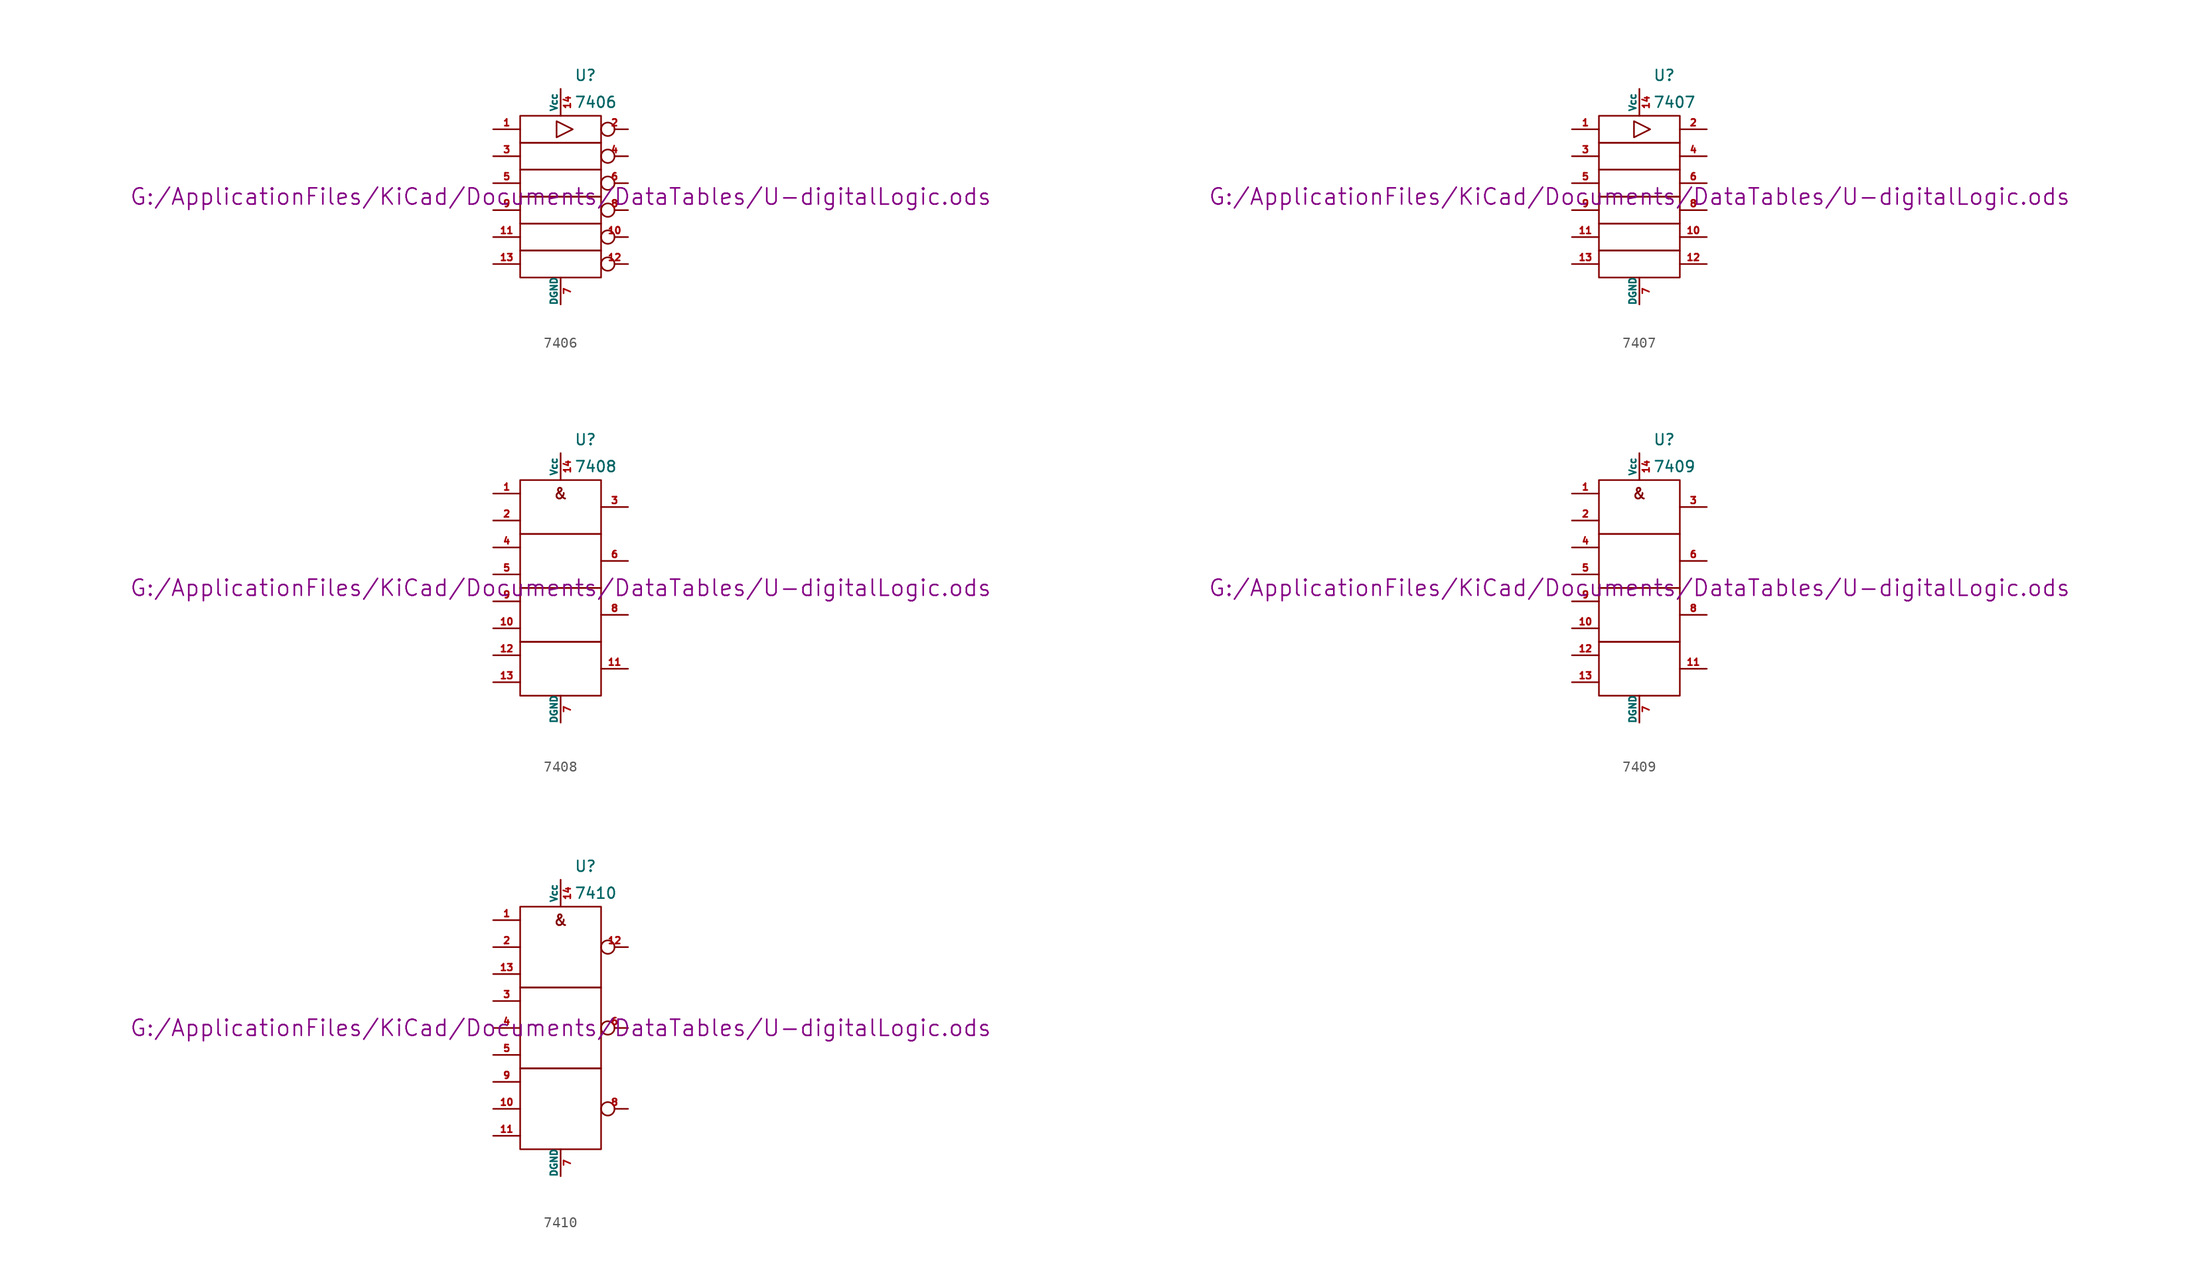
<source format=kicad_sym>
(kicad_symbol_lib
  (version 20211014)
  (generator kicad_symbol_editor)
  (symbol "7406"
    (pin_names
      (offset 0))
    (property "Reference" "U"
      (at 1.27 11.43 0)
      (effects (font (size 1.016 1.016)) (justify left)))
    (property "Value" "7406"
      (at 1.27 8.89 0)
      (effects (font (size 1.016 1.016)) (justify left)))
    (property "Footprint" ""
      (at 0 0 0)
      (effects (font (size 1.524 1.524))))
    (property "Datasheet" "G:/ApplicationFiles/KiCad/Documents/DataTables/U-digitalLogic.ods"
      (at 0 0 0)
      (effects (font (size 1.524 1.524))))
    (symbol "7406_0_1"
      (rectangle (start -3.81 -5.08) (end 3.81 -7.62) (stroke (width 0) (type default) (color 0 0 0 0)) (fill (type none)))
      (rectangle (start -3.81 -2.54) (end 3.81 -5.08) (stroke (width 0) (type default) (color 0 0 0 0)) (fill (type none)))
      (rectangle (start -3.81 0) (end 3.81 -2.54) (stroke (width 0) (type default) (color 0 0 0 0)) (fill (type none)))
      (rectangle (start -3.81 2.54) (end 3.81 0) (stroke (width 0) (type default) (color 0 0 0 0)) (fill (type none)))
      (rectangle (start -3.81 5.08) (end 3.81 2.54) (stroke (width 0) (type default) (color 0 0 0 0)) (fill (type none)))
      (rectangle (start -3.81 7.62) (end 3.81 5.08) (stroke (width 0) (type default) (color 0 0 0 0)) (fill (type none)))
      (polyline (pts (xy -0.381 7.112) (xy -0.381 5.588) (xy 1.143 6.35) (xy -0.381 7.112)) (stroke (width 0) (type default) (color 0 0 0 0)) (fill (type none))))
    (symbol "7406_1_1"
      (pin input line (at -6.35 6.35 0) (length 2.54) (name "~" (effects (font (size 0.635 0.635)))) (number "1" (effects (font (size 0.635 0.635)))))
      (pin open_collector inverted (at 6.35 -3.81 180) (length 2.54) (name "~" (effects (font (size 0.635 0.635)))) (number "10" (effects (font (size 0.635 0.635)))))
      (pin input line (at -6.35 -3.81 0) (length 2.54) (name "~" (effects (font (size 0.635 0.635)))) (number "11" (effects (font (size 0.635 0.635)))))
      (pin open_collector inverted (at 6.35 -6.35 180) (length 2.54) (name "~" (effects (font (size 0.635 0.635)))) (number "12" (effects (font (size 0.635 0.635)))))
      (pin input line (at -6.35 -6.35 0) (length 2.54) (name "~" (effects (font (size 0.635 0.635)))) (number "13" (effects (font (size 0.635 0.635)))))
      (pin power_in line (at 0 10.16 270) (length 2.54) (name "Vcc" (effects (font (size 0.635 0.635)))) (number "14" (effects (font (size 0.635 0.635)))))
      (pin open_collector inverted (at 6.35 6.35 180) (length 2.54) (name "~" (effects (font (size 0.635 0.635)))) (number "2" (effects (font (size 0.635 0.635)))))
      (pin input line (at -6.35 3.81 0) (length 2.54) (name "~" (effects (font (size 0.635 0.635)))) (number "3" (effects (font (size 0.635 0.635)))))
      (pin open_collector inverted (at 6.35 3.81 180) (length 2.54) (name "~" (effects (font (size 0.635 0.635)))) (number "4" (effects (font (size 0.635 0.635)))))
      (pin input line (at -6.35 1.27 0) (length 2.54) (name "~" (effects (font (size 0.635 0.635)))) (number "5" (effects (font (size 0.635 0.635)))))
      (pin open_collector inverted (at 6.35 1.27 180) (length 2.54) (name "~" (effects (font (size 0.635 0.635)))) (number "6" (effects (font (size 0.635 0.635)))))
      (pin power_in line (at 0 -10.16 90) (length 2.54) (name "DGND" (effects (font (size 0.635 0.635)))) (number "7" (effects (font (size 0.635 0.635)))))
      (pin open_collector inverted (at 6.35 -1.27 180) (length 2.54) (name "~" (effects (font (size 0.635 0.635)))) (number "8" (effects (font (size 0.635 0.635)))))
      (pin input line (at -6.35 -1.27 0) (length 2.54) (name "~" (effects (font (size 0.635 0.635)))) (number "9" (effects (font (size 0.635 0.635)))))))
  (symbol "7407"
    (pin_names
      (offset 0))
    (property "Reference" "U"
      (at 1.27 11.43 0)
      (effects (font (size 1.016 1.016)) (justify left)))
    (property "Value" "7407"
      (at 1.27 8.89 0)
      (effects (font (size 1.016 1.016)) (justify left)))
    (property "Footprint" ""
      (at 0 0 0)
      (effects (font (size 1.524 1.524))))
    (property "Datasheet" "G:/ApplicationFiles/KiCad/Documents/DataTables/U-digitalLogic.ods"
      (at 0 0 0)
      (effects (font (size 1.524 1.524))))
    (symbol "7407_0_1"
      (rectangle (start -3.81 -5.08) (end 3.81 -7.62) (stroke (width 0) (type default) (color 0 0 0 0)) (fill (type none)))
      (rectangle (start -3.81 -2.54) (end 3.81 -5.08) (stroke (width 0) (type default) (color 0 0 0 0)) (fill (type none)))
      (rectangle (start -3.81 0) (end 3.81 -2.54) (stroke (width 0) (type default) (color 0 0 0 0)) (fill (type none)))
      (rectangle (start -3.81 2.54) (end 3.81 0) (stroke (width 0) (type default) (color 0 0 0 0)) (fill (type none)))
      (rectangle (start -3.81 5.08) (end 3.81 2.54) (stroke (width 0) (type default) (color 0 0 0 0)) (fill (type none)))
      (rectangle (start -3.81 7.62) (end 3.81 5.08) (stroke (width 0) (type default) (color 0 0 0 0)) (fill (type none)))
      (polyline (pts (xy -0.508 7.112) (xy -0.508 5.588) (xy 1.016 6.35) (xy -0.508 7.112)) (stroke (width 0) (type default) (color 0 0 0 0)) (fill (type none))))
    (symbol "7407_1_1"
      (pin input line (at -6.35 6.35 0) (length 2.54) (name "~" (effects (font (size 0.635 0.635)))) (number "1" (effects (font (size 0.635 0.635)))))
      (pin open_collector line (at 6.35 -3.81 180) (length 2.54) (name "~" (effects (font (size 0.635 0.635)))) (number "10" (effects (font (size 0.635 0.635)))))
      (pin input line (at -6.35 -3.81 0) (length 2.54) (name "~" (effects (font (size 0.635 0.635)))) (number "11" (effects (font (size 0.635 0.635)))))
      (pin open_collector line (at 6.35 -6.35 180) (length 2.54) (name "~" (effects (font (size 0.635 0.635)))) (number "12" (effects (font (size 0.635 0.635)))))
      (pin input line (at -6.35 -6.35 0) (length 2.54) (name "~" (effects (font (size 0.635 0.635)))) (number "13" (effects (font (size 0.635 0.635)))))
      (pin power_in line (at 0 10.16 270) (length 2.54) (name "Vcc" (effects (font (size 0.635 0.635)))) (number "14" (effects (font (size 0.635 0.635)))))
      (pin open_collector line (at 6.35 6.35 180) (length 2.54) (name "~" (effects (font (size 0.635 0.635)))) (number "2" (effects (font (size 0.635 0.635)))))
      (pin input line (at -6.35 3.81 0) (length 2.54) (name "~" (effects (font (size 0.635 0.635)))) (number "3" (effects (font (size 0.635 0.635)))))
      (pin open_collector line (at 6.35 3.81 180) (length 2.54) (name "~" (effects (font (size 0.635 0.635)))) (number "4" (effects (font (size 0.635 0.635)))))
      (pin input line (at -6.35 1.27 0) (length 2.54) (name "~" (effects (font (size 0.635 0.635)))) (number "5" (effects (font (size 0.635 0.635)))))
      (pin open_collector line (at 6.35 1.27 180) (length 2.54) (name "~" (effects (font (size 0.635 0.635)))) (number "6" (effects (font (size 0.635 0.635)))))
      (pin power_in line (at 0 -10.16 90) (length 2.54) (name "DGND" (effects (font (size 0.635 0.635)))) (number "7" (effects (font (size 0.635 0.635)))))
      (pin open_collector line (at 6.35 -1.27 180) (length 2.54) (name "~" (effects (font (size 0.635 0.635)))) (number "8" (effects (font (size 0.635 0.635)))))
      (pin input line (at -6.35 -1.27 0) (length 2.54) (name "~" (effects (font (size 0.635 0.635)))) (number "9" (effects (font (size 0.635 0.635)))))))
  (symbol "7408"
    (pin_names
      (offset 0))
    (property "Reference" "U"
      (at 1.27 13.97 0)
      (effects (font (size 1.016 1.016)) (justify left)))
    (property "Value" "7408"
      (at 1.27 11.43 0)
      (effects (font (size 1.016 1.016)) (justify left)))
    (property "Footprint" ""
      (at 0 0 0)
      (effects (font (size 1.524 1.524))))
    (property "Datasheet" "G:/ApplicationFiles/KiCad/Documents/DataTables/U-digitalLogic.ods"
      (at 0 0 0)
      (effects (font (size 1.524 1.524))))
    (symbol "7408_0_0"
      (text "&" (at 0 8.89 0) (effects (font (size 1.016 1.016)))))
    (symbol "7408_0_1"
      (rectangle (start -3.81 -5.08) (end 3.81 -10.16) (stroke (width 0) (type default) (color 0 0 0 0)) (fill (type none)))
      (rectangle (start -3.81 0) (end 3.81 -5.08) (stroke (width 0) (type default) (color 0 0 0 0)) (fill (type none)))
      (rectangle (start -3.81 5.08) (end 3.81 0) (stroke (width 0) (type default) (color 0 0 0 0)) (fill (type none)))
      (rectangle (start -3.81 10.16) (end 3.81 5.08) (stroke (width 0) (type default) (color 0 0 0 0)) (fill (type none))))
    (symbol "7408_1_1"
      (pin input line (at -6.35 8.89 0) (length 2.54) (name "~" (effects (font (size 0.635 0.635)))) (number "1" (effects (font (size 0.635 0.635)))))
      (pin input line (at -6.35 -3.81 0) (length 2.54) (name "~" (effects (font (size 0.635 0.635)))) (number "10" (effects (font (size 0.635 0.635)))))
      (pin output line (at 6.35 -7.62 180) (length 2.54) (name "~" (effects (font (size 0.635 0.635)))) (number "11" (effects (font (size 0.635 0.635)))))
      (pin input line (at -6.35 -6.35 0) (length 2.54) (name "~" (effects (font (size 0.635 0.635)))) (number "12" (effects (font (size 0.635 0.635)))))
      (pin input line (at -6.35 -8.89 0) (length 2.54) (name "~" (effects (font (size 0.635 0.635)))) (number "13" (effects (font (size 0.635 0.635)))))
      (pin power_in line (at 0 12.7 270) (length 2.54) (name "Vcc" (effects (font (size 0.635 0.635)))) (number "14" (effects (font (size 0.635 0.635)))))
      (pin input line (at -6.35 6.35 0) (length 2.54) (name "~" (effects (font (size 0.635 0.635)))) (number "2" (effects (font (size 0.635 0.635)))))
      (pin output line (at 6.35 7.62 180) (length 2.54) (name "~" (effects (font (size 0.635 0.635)))) (number "3" (effects (font (size 0.635 0.635)))))
      (pin input line (at -6.35 3.81 0) (length 2.54) (name "~" (effects (font (size 0.635 0.635)))) (number "4" (effects (font (size 0.635 0.635)))))
      (pin input line (at -6.35 1.27 0) (length 2.54) (name "~" (effects (font (size 0.635 0.635)))) (number "5" (effects (font (size 0.635 0.635)))))
      (pin output line (at 6.35 2.54 180) (length 2.54) (name "~" (effects (font (size 0.635 0.635)))) (number "6" (effects (font (size 0.635 0.635)))))
      (pin power_in line (at 0 -12.7 90) (length 2.54) (name "DGND" (effects (font (size 0.635 0.635)))) (number "7" (effects (font (size 0.635 0.635)))))
      (pin output line (at 6.35 -2.54 180) (length 2.54) (name "~" (effects (font (size 0.635 0.635)))) (number "8" (effects (font (size 0.635 0.635)))))
      (pin input line (at -6.35 -1.27 0) (length 2.54) (name "~" (effects (font (size 0.635 0.635)))) (number "9" (effects (font (size 0.635 0.635)))))))
  (symbol "7409"
    (pin_names
      (offset 0))
    (property "Reference" "U"
      (at 1.27 13.97 0)
      (effects (font (size 1.016 1.016)) (justify left)))
    (property "Value" "7409"
      (at 1.27 11.43 0)
      (effects (font (size 1.016 1.016)) (justify left)))
    (property "Footprint" ""
      (at 0 0 0)
      (effects (font (size 1.524 1.524))))
    (property "Datasheet" "G:/ApplicationFiles/KiCad/Documents/DataTables/U-digitalLogic.ods"
      (at 0 0 0)
      (effects (font (size 1.524 1.524))))
    (symbol "7409_0_0"
      (text "&" (at 0 8.89 0) (effects (font (size 1.016 1.016)))))
    (symbol "7409_0_1"
      (rectangle (start -3.81 -5.08) (end 3.81 -10.16) (stroke (width 0) (type default) (color 0 0 0 0)) (fill (type none)))
      (rectangle (start -3.81 0) (end 3.81 -5.08) (stroke (width 0) (type default) (color 0 0 0 0)) (fill (type none)))
      (rectangle (start -3.81 5.08) (end 3.81 0) (stroke (width 0) (type default) (color 0 0 0 0)) (fill (type none)))
      (rectangle (start -3.81 10.16) (end 3.81 5.08) (stroke (width 0) (type default) (color 0 0 0 0)) (fill (type none))))
    (symbol "7409_1_1"
      (pin input line (at -6.35 8.89 0) (length 2.54) (name "~" (effects (font (size 0.635 0.635)))) (number "1" (effects (font (size 0.635 0.635)))))
      (pin input line (at -6.35 -3.81 0) (length 2.54) (name "~" (effects (font (size 0.635 0.635)))) (number "10" (effects (font (size 0.635 0.635)))))
      (pin open_collector line (at 6.35 -7.62 180) (length 2.54) (name "~" (effects (font (size 0.635 0.635)))) (number "11" (effects (font (size 0.635 0.635)))))
      (pin input line (at -6.35 -6.35 0) (length 2.54) (name "~" (effects (font (size 0.635 0.635)))) (number "12" (effects (font (size 0.635 0.635)))))
      (pin input line (at -6.35 -8.89 0) (length 2.54) (name "~" (effects (font (size 0.635 0.635)))) (number "13" (effects (font (size 0.635 0.635)))))
      (pin power_in line (at 0 12.7 270) (length 2.54) (name "Vcc" (effects (font (size 0.635 0.635)))) (number "14" (effects (font (size 0.635 0.635)))))
      (pin input line (at -6.35 6.35 0) (length 2.54) (name "~" (effects (font (size 0.635 0.635)))) (number "2" (effects (font (size 0.635 0.635)))))
      (pin open_collector line (at 6.35 7.62 180) (length 2.54) (name "~" (effects (font (size 0.635 0.635)))) (number "3" (effects (font (size 0.635 0.635)))))
      (pin input line (at -6.35 3.81 0) (length 2.54) (name "~" (effects (font (size 0.635 0.635)))) (number "4" (effects (font (size 0.635 0.635)))))
      (pin input line (at -6.35 1.27 0) (length 2.54) (name "~" (effects (font (size 0.635 0.635)))) (number "5" (effects (font (size 0.635 0.635)))))
      (pin open_collector line (at 6.35 2.54 180) (length 2.54) (name "~" (effects (font (size 0.635 0.635)))) (number "6" (effects (font (size 0.635 0.635)))))
      (pin power_in line (at 0 -12.7 90) (length 2.54) (name "DGND" (effects (font (size 0.635 0.635)))) (number "7" (effects (font (size 0.635 0.635)))))
      (pin open_collector line (at 6.35 -2.54 180) (length 2.54) (name "~" (effects (font (size 0.635 0.635)))) (number "8" (effects (font (size 0.635 0.635)))))
      (pin input line (at -6.35 -1.27 0) (length 2.54) (name "~" (effects (font (size 0.635 0.635)))) (number "9" (effects (font (size 0.635 0.635)))))))
  (symbol "7410"
    (pin_names
      (offset 0))
    (property "Reference" "U"
      (at 1.27 15.24 0)
      (effects (font (size 1.016 1.016)) (justify left)))
    (property "Value" "7410"
      (at 1.27 12.7 0)
      (effects (font (size 1.016 1.016)) (justify left)))
    (property "Footprint" ""
      (at 0 0 0)
      (effects (font (size 1.524 1.524))))
    (property "Datasheet" "G:/ApplicationFiles/KiCad/Documents/DataTables/U-digitalLogic.ods"
      (at 0 0 0)
      (effects (font (size 1.524 1.524))))
    (symbol "7410_0_0"
      (text "&" (at 0 10.16 0) (effects (font (size 1.016 1.016)))))
    (symbol "7410_0_1"
      (rectangle (start -3.81 -3.81) (end 3.81 -11.43) (stroke (width 0) (type default) (color 0 0 0 0)) (fill (type none)))
      (rectangle (start -3.81 3.81) (end 3.81 -3.81) (stroke (width 0) (type default) (color 0 0 0 0)) (fill (type none)))
      (rectangle (start -3.81 11.43) (end 3.81 3.81) (stroke (width 0) (type default) (color 0 0 0 0)) (fill (type none))))
    (symbol "7410_1_1"
      (pin input line (at -6.35 10.16 0) (length 2.54) (name "~" (effects (font (size 0.635 0.635)))) (number "1" (effects (font (size 0.635 0.635)))))
      (pin input line (at -6.35 -7.62 0) (length 2.54) (name "~" (effects (font (size 0.635 0.635)))) (number "10" (effects (font (size 0.635 0.635)))))
      (pin input line (at -6.35 -10.16 0) (length 2.54) (name "~" (effects (font (size 0.635 0.635)))) (number "11" (effects (font (size 0.635 0.635)))))
      (pin output inverted (at 6.35 7.62 180) (length 2.54) (name "~" (effects (font (size 0.635 0.635)))) (number "12" (effects (font (size 0.635 0.635)))))
      (pin input line (at -6.35 5.08 0) (length 2.54) (name "~" (effects (font (size 0.635 0.635)))) (number "13" (effects (font (size 0.635 0.635)))))
      (pin power_in line (at 0 13.97 270) (length 2.54) (name "Vcc" (effects (font (size 0.635 0.635)))) (number "14" (effects (font (size 0.635 0.635)))))
      (pin input line (at -6.35 7.62 0) (length 2.54) (name "~" (effects (font (size 0.635 0.635)))) (number "2" (effects (font (size 0.635 0.635)))))
      (pin input line (at -6.35 2.54 0) (length 2.54) (name "~" (effects (font (size 0.635 0.635)))) (number "3" (effects (font (size 0.635 0.635)))))
      (pin input line (at -6.35 0 0) (length 2.54) (name "~" (effects (font (size 0.635 0.635)))) (number "4" (effects (font (size 0.635 0.635)))))
      (pin input line (at -6.35 -2.54 0) (length 2.54) (name "~" (effects (font (size 0.635 0.635)))) (number "5" (effects (font (size 0.635 0.635)))))
      (pin output inverted (at 6.35 0 180) (length 2.54) (name "~" (effects (font (size 0.635 0.635)))) (number "6" (effects (font (size 0.635 0.635)))))
      (pin power_in line (at 0 -13.97 90) (length 2.54) (name "DGND" (effects (font (size 0.635 0.635)))) (number "7" (effects (font (size 0.635 0.635)))))
      (pin output inverted (at 6.35 -7.62 180) (length 2.54) (name "~" (effects (font (size 0.635 0.635)))) (number "8" (effects (font (size 0.635 0.635)))))
      (pin input line (at -6.35 -5.08 0) (length 2.54) (name "~" (effects (font (size 0.635 0.635)))) (number "9" (effects (font (size 0.635 0.635))))))))
</source>
